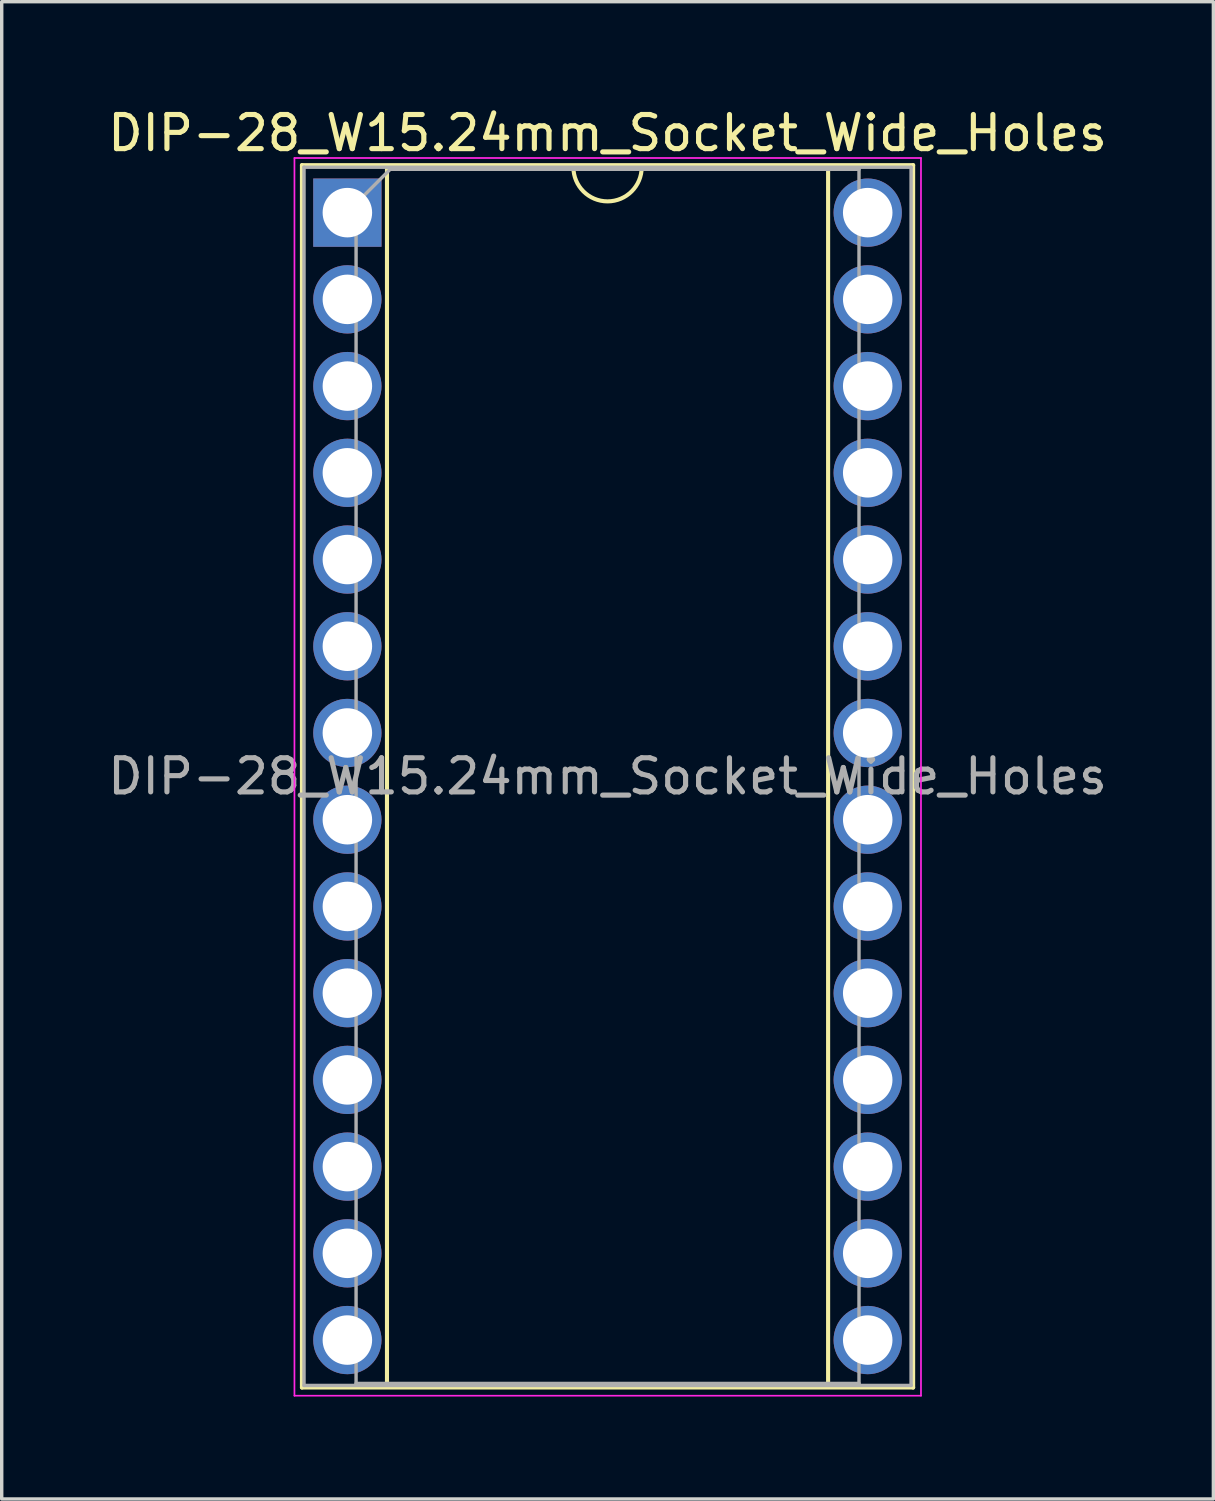
<source format=kicad_pcb>
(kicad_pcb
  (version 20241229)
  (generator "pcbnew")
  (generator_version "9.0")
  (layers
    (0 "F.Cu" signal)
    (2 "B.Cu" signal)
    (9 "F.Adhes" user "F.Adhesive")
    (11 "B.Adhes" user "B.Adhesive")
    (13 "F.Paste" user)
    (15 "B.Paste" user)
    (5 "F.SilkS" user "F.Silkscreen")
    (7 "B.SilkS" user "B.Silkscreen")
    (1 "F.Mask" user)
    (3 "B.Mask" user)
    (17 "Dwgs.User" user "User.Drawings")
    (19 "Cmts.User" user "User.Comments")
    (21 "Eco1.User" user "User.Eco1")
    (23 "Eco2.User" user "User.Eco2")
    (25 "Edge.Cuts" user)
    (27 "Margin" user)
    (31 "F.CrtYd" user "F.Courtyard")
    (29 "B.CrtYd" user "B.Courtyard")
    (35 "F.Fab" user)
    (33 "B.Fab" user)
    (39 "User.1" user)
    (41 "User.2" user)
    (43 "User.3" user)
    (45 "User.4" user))
  (footprint "DIP-28_W15.24mm_Socket_Wide_Holes"
    (layer "F.Cu")
    (at 7.124 3.178)
    (property "Reference" "DIP-28_W15.24mm_Socket_Wide_Holes" (at 7.62 -2.33 0) (layer "F.SilkS") (effects (font (size 1 1) (thickness 0.15))))
    (attr through_hole)
    (fp_line (start -1.33 -1.39) (end -1.33 34.41) (stroke (width 0.12) (type solid)) (layer "F.SilkS"))
    (fp_line (start -1.33 34.41) (end 16.57 34.41) (stroke (width 0.12) (type solid)) (layer "F.SilkS"))
    (fp_line (start 1.16 -1.33) (end 1.16 34.35) (stroke (width 0.12) (type solid)) (layer "F.SilkS"))
    (fp_line (start 1.16 34.35) (end 14.08 34.35) (stroke (width 0.12) (type solid)) (layer "F.SilkS"))
    (fp_line (start 6.62 -1.33) (end 1.16 -1.33) (stroke (width 0.12) (type solid)) (layer "F.SilkS"))
    (fp_line (start 14.08 -1.33) (end 8.62 -1.33) (stroke (width 0.12) (type solid)) (layer "F.SilkS"))
    (fp_line (start 14.08 34.35) (end 14.08 -1.33) (stroke (width 0.12) (type solid)) (layer "F.SilkS"))
    (fp_line (start 16.57 -1.39) (end -1.33 -1.39) (stroke (width 0.12) (type solid)) (layer "F.SilkS"))
    (fp_line (start 16.57 34.41) (end 16.57 -1.39) (stroke (width 0.12) (type solid)) (layer "F.SilkS"))
    (fp_arc (start 8.62 -1.33) (mid 7.62 -0.33) (end 6.62 -1.33) (stroke (width 0.12) (type solid)) (layer "F.SilkS"))
    (fp_line (start -1.55 -1.6) (end -1.55 34.65) (stroke (width 0.05) (type solid)) (layer "F.CrtYd"))
    (fp_line (start -1.55 34.65) (end 16.8 34.65) (stroke (width 0.05) (type solid)) (layer "F.CrtYd"))
    (fp_line (start 16.8 -1.6) (end -1.55 -1.6) (stroke (width 0.05) (type solid)) (layer "F.CrtYd"))
    (fp_line (start 16.8 34.65) (end 16.8 -1.6) (stroke (width 0.05) (type solid)) (layer "F.CrtYd"))
    (fp_line (start -1.27 -1.33) (end -1.27 34.35) (stroke (width 0.1) (type solid)) (layer "F.Fab"))
    (fp_line (start -1.27 34.35) (end 16.51 34.35) (stroke (width 0.1) (type solid)) (layer "F.Fab"))
    (fp_line (start 0.255 -0.27) (end 1.255 -1.27) (stroke (width 0.1) (type solid)) (layer "F.Fab"))
    (fp_line (start 0.255 34.29) (end 0.255 -0.27) (stroke (width 0.1) (type solid)) (layer "F.Fab"))
    (fp_line (start 1.255 -1.27) (end 14.985 -1.27) (stroke (width 0.1) (type solid)) (layer "F.Fab"))
    (fp_line (start 14.985 -1.27) (end 14.985 34.29) (stroke (width 0.1) (type solid)) (layer "F.Fab"))
    (fp_line (start 14.985 34.29) (end 0.255 34.29) (stroke (width 0.1) (type solid)) (layer "F.Fab"))
    (fp_line (start 16.51 -1.33) (end -1.27 -1.33) (stroke (width 0.1) (type solid)) (layer "F.Fab"))
    (fp_line (start 16.51 34.35) (end 16.51 -1.33) (stroke (width 0.1) (type solid)) (layer "F.Fab"))
    (fp_text user "${REFERENCE}" (at 7.62 16.51 0) (layer "F.Fab") (effects (font (size 1 1) (thickness 0.15))))
    (pad "1" thru_hole rect (at 0 0) (size 2 2) (drill 1.45) (layers "*.Cu" "*.Mask"))
    (pad "2" thru_hole oval (at 0 2.54) (size 2 2) (drill 1.45) (layers "*.Cu" "*.Mask"))
    (pad "3" thru_hole oval (at 0 5.08) (size 2 2) (drill 1.45) (layers "*.Cu" "*.Mask"))
    (pad "4" thru_hole oval (at 0 7.62) (size 2 2) (drill 1.45) (layers "*.Cu" "*.Mask"))
    (pad "5" thru_hole oval (at 0 10.16) (size 2 2) (drill 1.45) (layers "*.Cu" "*.Mask"))
    (pad "6" thru_hole oval (at 0 12.7) (size 2 2) (drill 1.45) (layers "*.Cu" "*.Mask"))
    (pad "7" thru_hole oval (at 0 15.24) (size 2 2) (drill 1.45) (layers "*.Cu" "*.Mask"))
    (pad "8" thru_hole oval (at 0 17.78) (size 2 2) (drill 1.45) (layers "*.Cu" "*.Mask"))
    (pad "9" thru_hole oval (at 0 20.32) (size 2 2) (drill 1.45) (layers "*.Cu" "*.Mask"))
    (pad "10" thru_hole oval (at 0 22.86) (size 2 2) (drill 1.45) (layers "*.Cu" "*.Mask"))
    (pad "11" thru_hole oval (at 0 25.4) (size 2 2) (drill 1.45) (layers "*.Cu" "*.Mask"))
    (pad "12" thru_hole oval (at 0 27.94) (size 2 2) (drill 1.45) (layers "*.Cu" "*.Mask"))
    (pad "13" thru_hole oval (at 0 30.48) (size 2 2) (drill 1.45) (layers "*.Cu" "*.Mask"))
    (pad "14" thru_hole oval (at 0 33.02) (size 2 2) (drill 1.45) (layers "*.Cu" "*.Mask"))
    (pad "15" thru_hole oval (at 15.24 33.02) (size 2 2) (drill 1.45) (layers "*.Cu" "*.Mask"))
    (pad "16" thru_hole oval (at 15.24 30.48) (size 2 2) (drill 1.45) (layers "*.Cu" "*.Mask"))
    (pad "17" thru_hole oval (at 15.24 27.94) (size 2 2) (drill 1.45) (layers "*.Cu" "*.Mask"))
    (pad "18" thru_hole oval (at 15.24 25.4) (size 2 2) (drill 1.45) (layers "*.Cu" "*.Mask"))
    (pad "19" thru_hole oval (at 15.24 22.86) (size 2 2) (drill 1.45) (layers "*.Cu" "*.Mask"))
    (pad "20" thru_hole oval (at 15.24 20.32) (size 2 2) (drill 1.45) (layers "*.Cu" "*.Mask"))
    (pad "21" thru_hole oval (at 15.24 17.78) (size 2 2) (drill 1.45) (layers "*.Cu" "*.Mask"))
    (pad "22" thru_hole oval (at 15.24 15.24) (size 2 2) (drill 1.45) (layers "*.Cu" "*.Mask"))
    (pad "23" thru_hole oval (at 15.24 12.7) (size 2 2) (drill 1.45) (layers "*.Cu" "*.Mask"))
    (pad "24" thru_hole oval (at 15.24 10.16) (size 2 2) (drill 1.45) (layers "*.Cu" "*.Mask"))
    (pad "25" thru_hole oval (at 15.24 7.62) (size 2 2) (drill 1.45) (layers "*.Cu" "*.Mask"))
    (pad "26" thru_hole oval (at 15.24 5.08) (size 2 2) (drill 1.45) (layers "*.Cu" "*.Mask"))
    (pad "27" thru_hole oval (at 15.24 2.54) (size 2 2) (drill 1.45) (layers "*.Cu" "*.Mask"))
    (pad "28" thru_hole oval (at 15.24 0) (size 2 2) (drill 1.45) (layers "*.Cu" "*.Mask")))
  (gr_rect
    (start -3 -3)
    (end 32.488 40.853)
    (stroke (width 0.1) (type default))
    (fill no)
    (layer "Edge.Cuts")))
</source>
